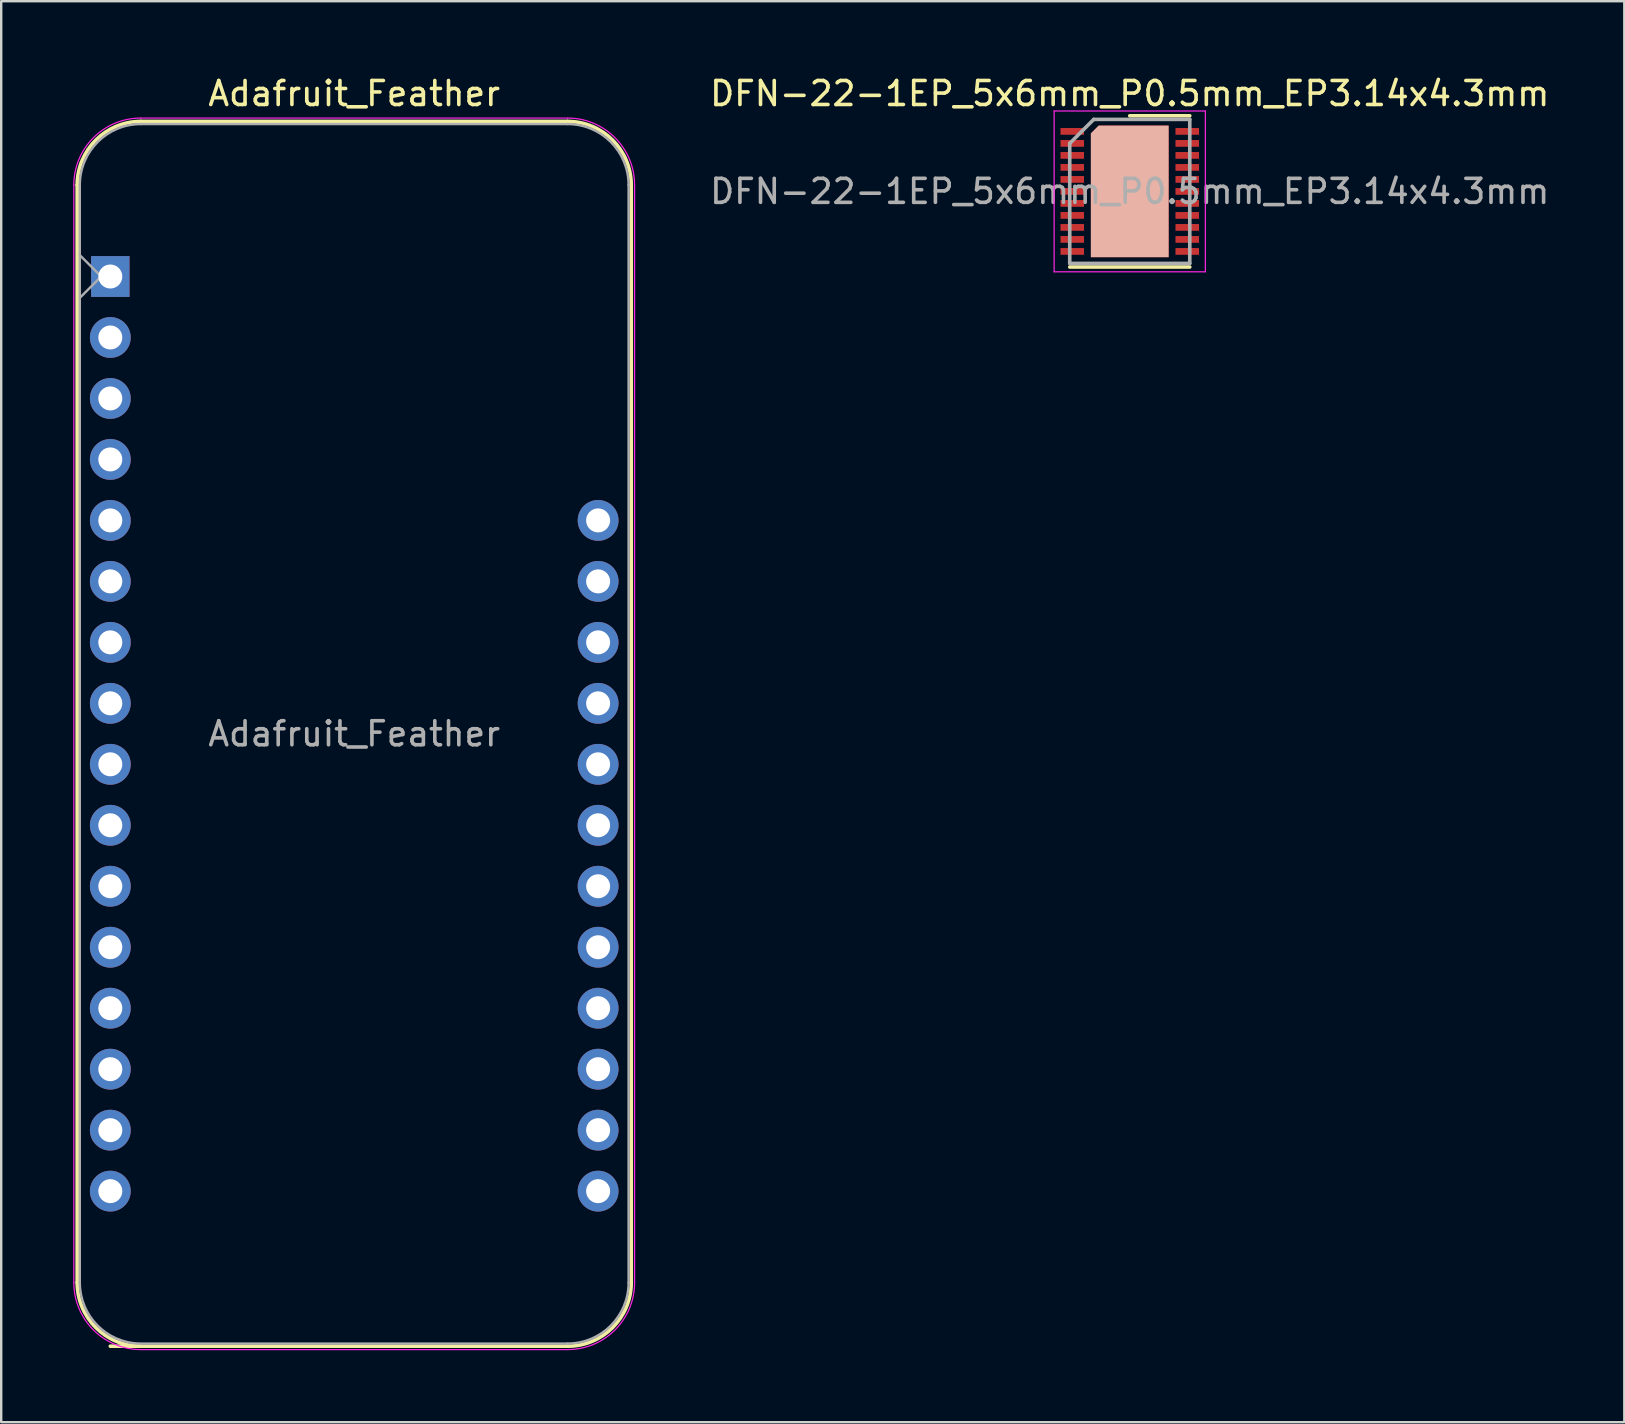
<source format=kicad_pcb>
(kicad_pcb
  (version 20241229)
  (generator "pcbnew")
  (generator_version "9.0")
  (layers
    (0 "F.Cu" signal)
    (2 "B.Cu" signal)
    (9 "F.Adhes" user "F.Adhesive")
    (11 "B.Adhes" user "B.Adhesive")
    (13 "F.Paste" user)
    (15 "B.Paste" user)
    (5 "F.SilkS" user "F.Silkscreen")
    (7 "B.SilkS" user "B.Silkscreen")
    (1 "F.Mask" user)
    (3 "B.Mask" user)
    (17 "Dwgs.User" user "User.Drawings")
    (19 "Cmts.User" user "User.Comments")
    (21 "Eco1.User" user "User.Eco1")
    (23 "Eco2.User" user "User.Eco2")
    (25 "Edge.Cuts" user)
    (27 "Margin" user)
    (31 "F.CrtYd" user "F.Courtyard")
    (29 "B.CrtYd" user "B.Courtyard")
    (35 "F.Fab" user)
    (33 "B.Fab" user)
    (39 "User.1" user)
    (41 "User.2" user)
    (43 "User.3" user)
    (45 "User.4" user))
  (footprint "DFN-22-1EP_5x6mm_P0.5mm_EP3.14x4.3mm"
    (layer "F.Cu")
    (at 44.011 4.923)
    (property "Reference" "DFN-22-1EP_5x6mm_P0.5mm_EP3.14x4.3mm" (at 0 -4.075 0) (layer "F.SilkS") (effects (font (size 1 1) (thickness 0.15))))
    (attr smd)
    (fp_line (start -2.5 3.15) (end 2.5 3.15) (stroke (width 0.15) (type solid)) (layer "F.SilkS"))
    (fp_line (start 0 -3.15) (end 2.5 -3.15) (stroke (width 0.15) (type solid)) (layer "F.SilkS"))
    (fp_line (start -3.15 -3.35) (end -3.15 3.35) (stroke (width 0.05) (type solid)) (layer "F.CrtYd"))
    (fp_line (start -3.15 -3.35) (end 3.15 -3.35) (stroke (width 0.05) (type solid)) (layer "F.CrtYd"))
    (fp_line (start -3.15 3.35) (end 3.15 3.35) (stroke (width 0.05) (type solid)) (layer "F.CrtYd"))
    (fp_line (start 3.15 -3.35) (end 3.15 3.35) (stroke (width 0.05) (type solid)) (layer "F.CrtYd"))
    (fp_line (start -2.5 -2) (end -1.5 -3) (stroke (width 0.15) (type solid)) (layer "F.Fab"))
    (fp_line (start -2.5 3) (end -2.5 -2) (stroke (width 0.15) (type solid)) (layer "F.Fab"))
    (fp_line (start -1.5 -3) (end 2.5 -3) (stroke (width 0.15) (type solid)) (layer "F.Fab"))
    (fp_line (start 2.5 -3) (end 2.5 3) (stroke (width 0.15) (type solid)) (layer "F.Fab"))
    (fp_line (start 2.5 3) (end -2.5 3) (stroke (width 0.15) (type solid)) (layer "F.Fab"))
    (fp_text user "${REFERENCE}" (at 0 0 0) (layer "F.Fab") (effects (font (size 1 1) (thickness 0.15))))
    (pad "" smd rect (at -1.05 -2.15) (size 0.855 0.855) (layers "F.Paste"))
    (pad "" smd rect (at -1.05 -1.075) (size 0.855 0.855) (layers "F.Paste"))
    (pad "" smd rect (at -1.05 0) (size 0.855 0.855) (layers "F.Paste"))
    (pad "" smd rect (at -1.05 1.075) (size 0.855 0.855) (layers "F.Paste"))
    (pad "" smd rect (at -1.05 2.15) (size 0.855 0.855) (layers "F.Paste"))
    (pad "" smd rect (at 0 -2.15) (size 0.855 0.855) (layers "F.Paste"))
    (pad "" smd rect (at 0 -1.075) (size 0.855 0.855) (layers "F.Paste"))
    (pad "" smd rect (at 0 0) (size 0.855 0.855) (layers "F.Paste"))
    (pad "" smd rect (at 0 1.075) (size 0.855 0.855) (layers "F.Paste"))
    (pad "" smd rect (at 0 2.15) (size 0.855 0.855) (layers "F.Paste"))
    (pad "" smd rect (at 1.05 -2.15) (size 0.855 0.855) (layers "F.Paste"))
    (pad "" smd rect (at 1.05 -1.075) (size 0.855 0.855) (layers "F.Paste"))
    (pad "" smd rect (at 1.05 0) (size 0.855 0.855) (layers "F.Paste"))
    (pad "" smd rect (at 1.05 1.075) (size 0.855 0.855) (layers "F.Paste"))
    (pad "" smd rect (at 1.05 2.15) (size 0.855 0.855) (layers "F.Paste"))
    (pad "1" smd rect (at -2.395 -2.5) (size 0.98 0.28) (layers "F.Cu" "F.Mask" "F.Paste"))
    (pad "2" smd rect (at -2.395 -2) (size 0.98 0.28) (layers "F.Cu" "F.Mask" "F.Paste"))
    (pad "3" smd rect (at -2.395 -1.5) (size 0.98 0.28) (layers "F.Cu" "F.Mask" "F.Paste"))
    (pad "4" smd rect (at -2.395 -1) (size 0.98 0.28) (layers "F.Cu" "F.Mask" "F.Paste"))
    (pad "5" smd rect (at -2.395 -0.5) (size 0.98 0.28) (layers "F.Cu" "F.Mask" "F.Paste"))
    (pad "6" smd rect (at -2.395 0) (size 0.98 0.28) (layers "F.Cu" "F.Mask" "F.Paste"))
    (pad "7" smd rect (at -2.395 0.5) (size 0.98 0.28) (layers "F.Cu" "F.Mask" "F.Paste"))
    (pad "8" smd rect (at -2.395 1) (size 0.98 0.28) (layers "F.Cu" "F.Mask" "F.Paste"))
    (pad "9" smd rect (at -2.395 1.5) (size 0.98 0.28) (layers "F.Cu" "F.Mask" "F.Paste"))
    (pad "10" smd rect (at -2.395 2) (size 0.98 0.28) (layers "F.Cu" "F.Mask" "F.Paste"))
    (pad "11" smd rect (at -2.395 2.5) (size 0.98 0.28) (layers "F.Cu" "F.Mask" "F.Paste"))
    (pad "12" smd rect (at 2.395 2.5) (size 0.98 0.28) (layers "F.Cu" "F.Mask" "F.Paste"))
    (pad "13" smd rect (at 2.395 2) (size 0.98 0.28) (layers "F.Cu" "F.Mask" "F.Paste"))
    (pad "14" smd rect (at 2.395 1.5) (size 0.98 0.28) (layers "F.Cu" "F.Mask" "F.Paste"))
    (pad "15" smd rect (at 2.395 1) (size 0.98 0.28) (layers "F.Cu" "F.Mask" "F.Paste"))
    (pad "16" smd rect (at 2.395 0.5) (size 0.98 0.28) (layers "F.Cu" "F.Mask" "F.Paste"))
    (pad "17" smd rect (at 2.395 0) (size 0.98 0.28) (layers "F.Cu" "F.Mask" "F.Paste"))
    (pad "18" smd rect (at 2.395 -0.5) (size 0.98 0.28) (layers "F.Cu" "F.Mask" "F.Paste"))
    (pad "19" smd rect (at 2.395 -1) (size 0.98 0.28) (layers "F.Cu" "F.Mask" "F.Paste"))
    (pad "20" smd rect (at 2.395 -1.5) (size 0.98 0.28) (layers "F.Cu" "F.Mask" "F.Paste"))
    (pad "21" smd rect (at 2.395 -2) (size 0.98 0.28) (layers "F.Cu" "F.Mask" "F.Paste"))
    (pad "22" smd rect (at 2.395 -2.5) (size 0.98 0.28) (layers "F.Cu" "F.Mask" "F.Paste"))
    (pad "23" smd roundrect (at 0 0) (size 3.24 5.48) (layers "F.Cu" "F.Mask" "B.SilkS") (roundrect_rratio 0) (chamfer_ratio 0.1) (chamfer top_left)))
  (footprint "Adafruit_Feather"
    (layer "F.Cu")
    (at 1.545 8.468)
    (property "Reference" "Adafruit_Feather" (at 10.16 -7.62 0) (layer "F.SilkS") (effects (font (size 1 1) (thickness 0.15))))
    (attr through_hole)
    (fp_line (start -1.38 -3.81) (end -1.38 41.91) (stroke (width 0.15) (type solid)) (layer "F.SilkS"))
    (fp_line (start 19.05 -6.46) (end 1.27 -6.46) (stroke (width 0.15) (type solid)) (layer "F.SilkS"))
    (fp_line (start 19.05 44.56) (end 0 44.56) (stroke (width 0.15) (type solid)) (layer "F.SilkS"))
    (fp_line (start 21.7 -3.81) (end 21.7 41.91) (stroke (width 0.15) (type solid)) (layer "F.SilkS"))
    (fp_arc (start -1.38 -3.81) (mid -0.603833 -5.683832) (end 1.27 -6.46) (stroke (width 0.15) (type solid)) (layer "F.SilkS"))
    (fp_arc (start 1.27 44.56) (mid -0.603832 43.783833) (end -1.38 41.91) (stroke (width 0.15) (type solid)) (layer "F.SilkS"))
    (fp_arc (start 19.05 -6.46) (mid 20.923832 -5.683833) (end 21.7 -3.81) (stroke (width 0.15) (type solid)) (layer "F.SilkS"))
    (fp_arc (start 21.7 41.91) (mid 20.923833 43.783832) (end 19.05 44.56) (stroke (width 0.15) (type solid)) (layer "F.SilkS"))
    (fp_line (start -1.52 41.91) (end -1.52 -3.81) (stroke (width 0.05) (type solid)) (layer "F.CrtYd"))
    (fp_line (start 19.05 -6.6) (end 1.27 -6.6) (stroke (width 0.05) (type solid)) (layer "F.CrtYd"))
    (fp_line (start 19.05 44.7) (end 1.27 44.7) (stroke (width 0.05) (type solid)) (layer "F.CrtYd"))
    (fp_line (start 21.84 41.91) (end 21.84 -3.81) (stroke (width 0.05) (type solid)) (layer "F.CrtYd"))
    (fp_arc (start -1.52 -3.81) (mid -0.702828 -5.782828) (end 1.27 -6.6) (stroke (width 0.05) (type solid)) (layer "F.CrtYd"))
    (fp_arc (start 1.27 44.7) (mid -0.702828 43.882828) (end -1.52 41.91) (stroke (width 0.05) (type solid)) (layer "F.CrtYd"))
    (fp_arc (start 19.05 -6.6) (mid 21.022828 -5.782828) (end 21.84 -3.81) (stroke (width 0.05) (type solid)) (layer "F.CrtYd"))
    (fp_arc (start 21.84 41.91) (mid 21.022828 43.882828) (end 19.05 44.7) (stroke (width 0.05) (type solid)) (layer "F.CrtYd"))
    (fp_line (start -1.27 -3.81) (end -1.27 41.91) (stroke (width 0.1) (type solid)) (layer "F.Fab"))
    (fp_line (start -1.27 -0.889) (end -0.381 0) (stroke (width 0.1) (type solid)) (layer "F.Fab"))
    (fp_line (start -0.381 0) (end -1.27 0.889) (stroke (width 0.1) (type solid)) (layer "F.Fab"))
    (fp_line (start 1.27 44.45) (end 19.05 44.45) (stroke (width 0.1) (type solid)) (layer "F.Fab"))
    (fp_line (start 19.05 -6.35) (end 1.27 -6.35) (stroke (width 0.1) (type solid)) (layer "F.Fab"))
    (fp_line (start 21.59 41.91) (end 21.59 -3.81) (stroke (width 0.1) (type solid)) (layer "F.Fab"))
    (fp_arc (start -1.27 -3.81) (mid -0.526051 -5.606051) (end 1.27 -6.35) (stroke (width 0.1) (type solid)) (layer "F.Fab"))
    (fp_arc (start 1.221238 44.449532) (mid -0.543209 43.688728) (end -1.27 41.91) (stroke (width 0.1) (type solid)) (layer "F.Fab"))
    (fp_arc (start 19.05 -6.35) (mid 20.846051 -5.606051) (end 21.59 -3.81) (stroke (width 0.1) (type solid)) (layer "F.Fab"))
    (fp_arc (start 21.59 41.91) (mid 20.846051 43.706051) (end 19.05 44.45) (stroke (width 0.1) (type solid)) (layer "F.Fab"))
    (fp_text user "${REFERENCE}" (at 10.16 19.05 180) (layer "F.Fab") (effects (font (size 1 1) (thickness 0.15))))
    (pad "1" thru_hole rect (at 0 0 180) (size 1.6 1.7) (drill 1) (layers "*.Cu" "*.Mask"))
    (pad "2" thru_hole circle (at 0 2.54 180) (size 1.7 1.7) (drill 1) (layers "*.Cu" "*.Mask"))
    (pad "3" thru_hole circle (at 0 5.08 180) (size 1.7 1.7) (drill 1) (layers "*.Cu" "*.Mask"))
    (pad "4" thru_hole circle (at 0 7.62 180) (size 1.7 1.7) (drill 1) (layers "*.Cu" "*.Mask"))
    (pad "5" thru_hole circle (at 0 10.16 180) (size 1.7 1.7) (drill 1) (layers "*.Cu" "*.Mask"))
    (pad "6" thru_hole circle (at 0 12.7 180) (size 1.7 1.7) (drill 1) (layers "*.Cu" "*.Mask"))
    (pad "7" thru_hole circle (at 0 15.24 180) (size 1.7 1.7) (drill 1) (layers "*.Cu" "*.Mask"))
    (pad "8" thru_hole circle (at 0 17.78 180) (size 1.7 1.7) (drill 1) (layers "*.Cu" "*.Mask"))
    (pad "9" thru_hole circle (at 0 20.32 180) (size 1.7 1.7) (drill 1) (layers "*.Cu" "*.Mask"))
    (pad "10" thru_hole circle (at 0 22.86 180) (size 1.7 1.7) (drill 1) (layers "*.Cu" "*.Mask"))
    (pad "11" thru_hole circle (at 0 25.4 180) (size 1.7 1.7) (drill 1) (layers "*.Cu" "*.Mask"))
    (pad "12" thru_hole circle (at 0 27.94 180) (size 1.7 1.7) (drill 1) (layers "*.Cu" "*.Mask"))
    (pad "13" thru_hole circle (at 0 30.48 180) (size 1.7 1.7) (drill 1) (layers "*.Cu" "*.Mask"))
    (pad "14" thru_hole circle (at 0 33.02 180) (size 1.7 1.7) (drill 1) (layers "*.Cu" "*.Mask"))
    (pad "15" thru_hole circle (at 0 35.56 180) (size 1.7 1.7) (drill 1) (layers "*.Cu" "*.Mask"))
    (pad "16" thru_hole circle (at 0 38.1 180) (size 1.7 1.7) (drill 1) (layers "*.Cu" "*.Mask"))
    (pad "17" thru_hole circle (at 20.32 38.1 180) (size 1.7 1.7) (drill 1) (layers "*.Cu" "*.Mask"))
    (pad "18" thru_hole circle (at 20.32 35.56 180) (size 1.7 1.7) (drill 1) (layers "*.Cu" "*.Mask"))
    (pad "19" thru_hole circle (at 20.32 33.02 180) (size 1.7 1.7) (drill 1) (layers "*.Cu" "*.Mask"))
    (pad "20" thru_hole circle (at 20.32 30.48 180) (size 1.7 1.7) (drill 1) (layers "*.Cu" "*.Mask"))
    (pad "21" thru_hole circle (at 20.32 27.94 180) (size 1.7 1.7) (drill 1) (layers "*.Cu" "*.Mask"))
    (pad "22" thru_hole circle (at 20.32 25.4 180) (size 1.7 1.7) (drill 1) (layers "*.Cu" "*.Mask"))
    (pad "23" thru_hole circle (at 20.32 22.86 180) (size 1.7 1.7) (drill 1) (layers "*.Cu" "*.Mask"))
    (pad "24" thru_hole circle (at 20.32 20.32 180) (size 1.7 1.7) (drill 1) (layers "*.Cu" "*.Mask"))
    (pad "25" thru_hole circle (at 20.32 17.78 180) (size 1.7 1.7) (drill 1) (layers "*.Cu" "*.Mask"))
    (pad "26" thru_hole circle (at 20.32 15.24 180) (size 1.7 1.7) (drill 1) (layers "*.Cu" "*.Mask"))
    (pad "27" thru_hole circle (at 20.32 12.7 180) (size 1.7 1.7) (drill 1) (layers "*.Cu" "*.Mask"))
    (pad "28" thru_hole circle (at 20.32 10.16 180) (size 1.7 1.7) (drill 1) (layers "*.Cu" "*.Mask")))
  (gr_rect
    (start -3 -3)
    (end 64.612 56.193)
    (stroke (width 0.1) (type default))
    (fill no)
    (layer "Edge.Cuts")))
</source>
